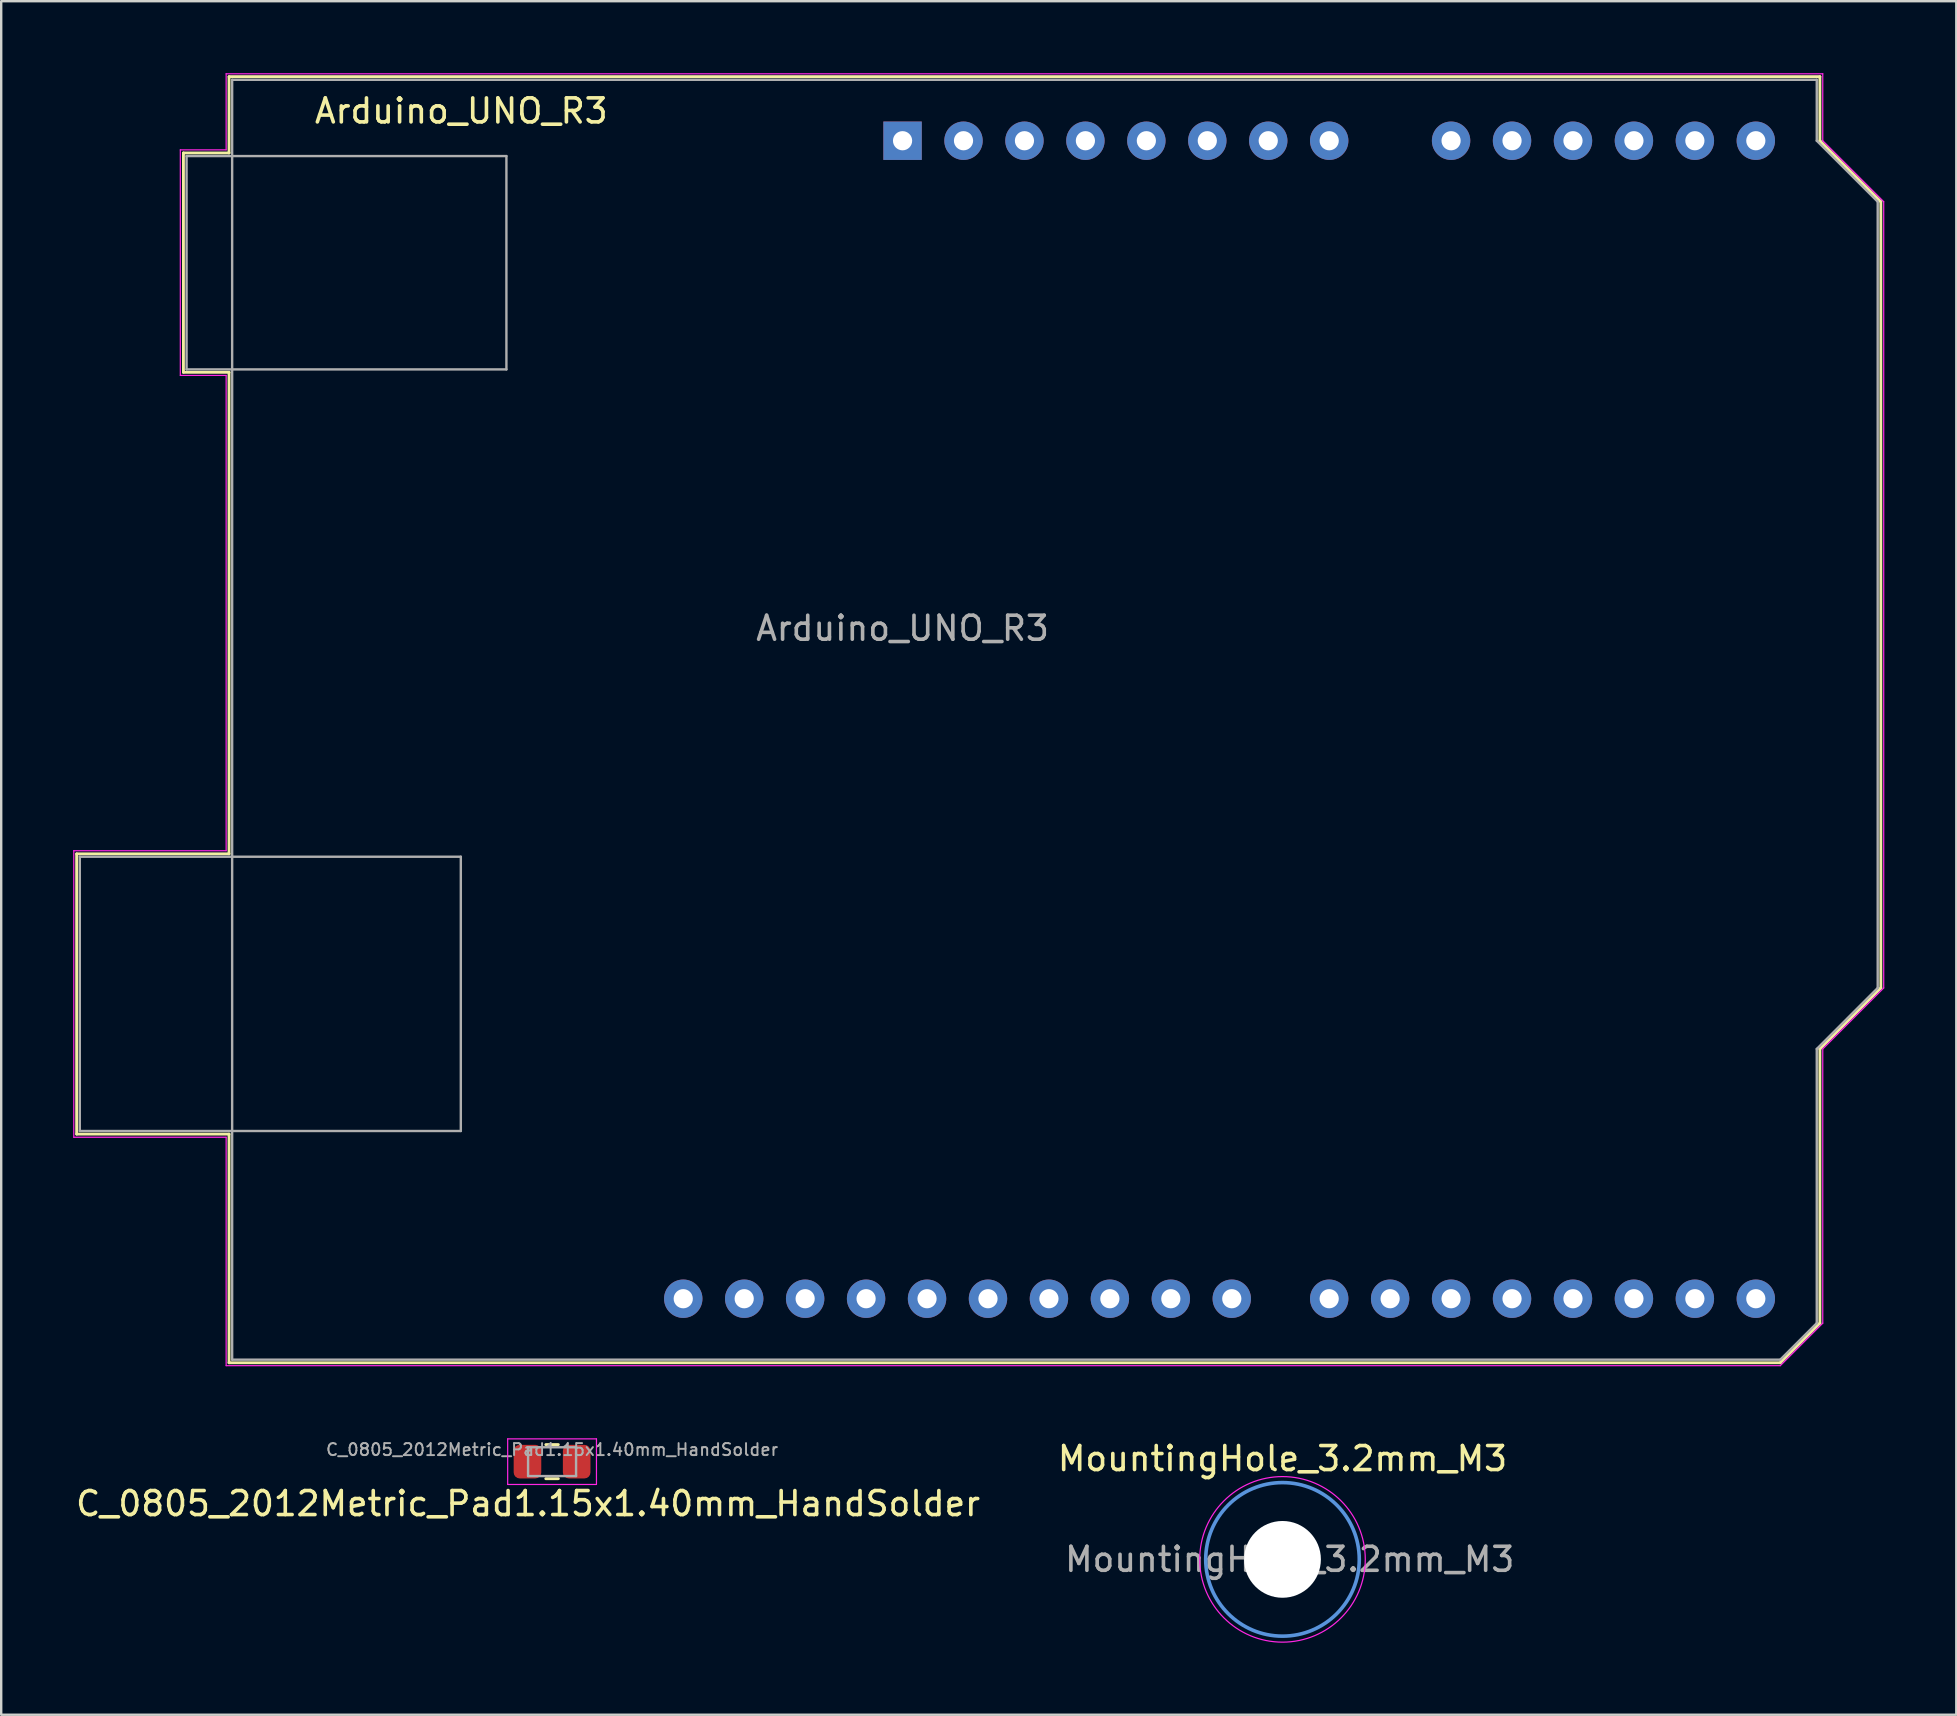
<source format=kicad_pcb>
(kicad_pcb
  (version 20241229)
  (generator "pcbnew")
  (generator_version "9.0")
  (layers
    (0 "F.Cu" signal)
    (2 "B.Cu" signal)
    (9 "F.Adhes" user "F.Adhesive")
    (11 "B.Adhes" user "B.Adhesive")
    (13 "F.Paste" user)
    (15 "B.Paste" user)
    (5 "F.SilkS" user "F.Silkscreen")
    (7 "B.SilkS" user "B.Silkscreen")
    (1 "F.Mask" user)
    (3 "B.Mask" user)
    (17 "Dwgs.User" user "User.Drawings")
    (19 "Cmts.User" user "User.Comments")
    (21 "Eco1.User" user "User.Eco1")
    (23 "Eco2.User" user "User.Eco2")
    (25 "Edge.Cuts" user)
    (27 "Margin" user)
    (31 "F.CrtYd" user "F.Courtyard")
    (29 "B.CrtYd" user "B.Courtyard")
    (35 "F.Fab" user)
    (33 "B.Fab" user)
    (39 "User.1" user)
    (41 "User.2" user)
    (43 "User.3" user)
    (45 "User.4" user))
  (footprint "C_0805_2012Metric_Pad1.15x1.40mm_HandSolder"
    (layer "F.Cu")
    (at 19.958 57.865)
    (property "Reference" "C_0805_2012Metric_Pad1.15x1.40mm_HandSolder" (at -1 1.75 0) (layer "F.SilkS") (effects (font (size 1 1) (thickness 0.15))))
    (attr smd)
    (fp_line (start -0.261 -0.71) (end 0.261 -0.71) (stroke (width 0.12) (type solid)) (layer "F.SilkS"))
    (fp_line (start -0.261 0.71) (end 0.261 0.71) (stroke (width 0.12) (type solid)) (layer "F.SilkS"))
    (fp_line (start -1.85 -0.95) (end 1.85 -0.95) (stroke (width 0.05) (type solid)) (layer "F.CrtYd"))
    (fp_line (start -1.85 0.95) (end -1.85 -0.95) (stroke (width 0.05) (type solid)) (layer "F.CrtYd"))
    (fp_line (start 1.85 -0.95) (end 1.85 0.95) (stroke (width 0.05) (type solid)) (layer "F.CrtYd"))
    (fp_line (start 1.85 0.95) (end -1.85 0.95) (stroke (width 0.05) (type solid)) (layer "F.CrtYd"))
    (fp_line (start -1 -0.6) (end 1 -0.6) (stroke (width 0.1) (type solid)) (layer "F.Fab"))
    (fp_line (start -1 0.6) (end -1 -0.6) (stroke (width 0.1) (type solid)) (layer "F.Fab"))
    (fp_line (start 1 -0.6) (end 1 0.6) (stroke (width 0.1) (type solid)) (layer "F.Fab"))
    (fp_line (start 1 0.6) (end -1 0.6) (stroke (width 0.1) (type solid)) (layer "F.Fab"))
    (fp_text user "${REFERENCE}" (at 0 -0.5 0) (layer "F.Fab") (effects (font (size 0.5 0.5) (thickness 0.08))))
    (pad "1" smd roundrect (at -1.025 0) (size 1.15 1.4) (layers "F.Cu" "F.Mask" "F.Paste") (roundrect_rratio 0.217))
    (pad "2" smd roundrect (at 1.025 0) (size 1.15 1.4) (layers "F.Cu" "F.Mask" "F.Paste") (roundrect_rratio 0.217)))
  (footprint "Arduino_UNO_R3"
    (layer "F.Cu")
    (at 34.565 2.815)
    (property "Reference" "Arduino_UNO_R3" (at -18.39 -1.24 180) (layer "F.SilkS") (effects (font (size 1 1) (thickness 0.15))))
    (attr through_hole)
    (fp_line (start -34.42 29.72) (end -34.42 41.4) (stroke (width 0.12) (type solid)) (layer "F.SilkS"))
    (fp_line (start -34.42 41.4) (end -28.07 41.4) (stroke (width 0.12) (type solid)) (layer "F.SilkS"))
    (fp_line (start -29.97 0.51) (end -29.97 9.65) (stroke (width 0.12) (type solid)) (layer "F.SilkS"))
    (fp_line (start -29.97 9.65) (end -28.07 9.65) (stroke (width 0.12) (type solid)) (layer "F.SilkS"))
    (fp_line (start -28.07 -2.67) (end -28.07 0.51) (stroke (width 0.12) (type solid)) (layer "F.SilkS"))
    (fp_line (start -28.07 0.51) (end -29.97 0.51) (stroke (width 0.12) (type solid)) (layer "F.SilkS"))
    (fp_line (start -28.07 9.65) (end -28.07 29.72) (stroke (width 0.12) (type solid)) (layer "F.SilkS"))
    (fp_line (start -28.07 29.72) (end -34.42 29.72) (stroke (width 0.12) (type solid)) (layer "F.SilkS"))
    (fp_line (start -28.07 41.4) (end -28.07 50.93) (stroke (width 0.12) (type solid)) (layer "F.SilkS"))
    (fp_line (start -28.07 50.93) (end 36.58 50.93) (stroke (width 0.12) (type solid)) (layer "F.SilkS"))
    (fp_line (start 36.58 50.93) (end 38.23 49.28) (stroke (width 0.12) (type solid)) (layer "F.SilkS"))
    (fp_line (start 38.23 -2.67) (end -28.07 -2.67) (stroke (width 0.12) (type solid)) (layer "F.SilkS"))
    (fp_line (start 38.23 0) (end 38.23 -2.67) (stroke (width 0.12) (type solid)) (layer "F.SilkS"))
    (fp_line (start 38.23 37.85) (end 40.77 35.31) (stroke (width 0.12) (type solid)) (layer "F.SilkS"))
    (fp_line (start 38.23 49.28) (end 38.23 37.85) (stroke (width 0.12) (type solid)) (layer "F.SilkS"))
    (fp_line (start 40.77 2.54) (end 38.23 0) (stroke (width 0.12) (type solid)) (layer "F.SilkS"))
    (fp_line (start 40.77 35.31) (end 40.77 2.54) (stroke (width 0.12) (type solid)) (layer "F.SilkS"))
    (fp_line (start -34.54 29.59) (end -28.19 29.59) (stroke (width 0.05) (type solid)) (layer "F.CrtYd"))
    (fp_line (start -34.54 41.53) (end -34.54 29.59) (stroke (width 0.05) (type solid)) (layer "F.CrtYd"))
    (fp_line (start -30.1 0.38) (end -28.19 0.38) (stroke (width 0.05) (type solid)) (layer "F.CrtYd"))
    (fp_line (start -30.1 9.78) (end -30.1 0.38) (stroke (width 0.05) (type solid)) (layer "F.CrtYd"))
    (fp_line (start -28.19 -2.79) (end 38.35 -2.79) (stroke (width 0.05) (type solid)) (layer "F.CrtYd"))
    (fp_line (start -28.19 0.38) (end -28.19 -2.79) (stroke (width 0.05) (type solid)) (layer "F.CrtYd"))
    (fp_line (start -28.19 9.78) (end -30.1 9.78) (stroke (width 0.05) (type solid)) (layer "F.CrtYd"))
    (fp_line (start -28.19 29.59) (end -28.19 9.78) (stroke (width 0.05) (type solid)) (layer "F.CrtYd"))
    (fp_line (start -28.19 41.53) (end -34.54 41.53) (stroke (width 0.05) (type solid)) (layer "F.CrtYd"))
    (fp_line (start -28.19 51.05) (end -28.19 41.53) (stroke (width 0.05) (type solid)) (layer "F.CrtYd"))
    (fp_line (start 36.58 51.05) (end -28.19 51.05) (stroke (width 0.05) (type solid)) (layer "F.CrtYd"))
    (fp_line (start 38.35 -2.79) (end 38.35 0) (stroke (width 0.05) (type solid)) (layer "F.CrtYd"))
    (fp_line (start 38.35 0) (end 40.89 2.54) (stroke (width 0.05) (type solid)) (layer "F.CrtYd"))
    (fp_line (start 38.35 37.85) (end 38.35 49.28) (stroke (width 0.05) (type solid)) (layer "F.CrtYd"))
    (fp_line (start 38.35 49.28) (end 36.58 51.05) (stroke (width 0.05) (type solid)) (layer "F.CrtYd"))
    (fp_line (start 40.89 2.54) (end 40.89 35.31) (stroke (width 0.05) (type solid)) (layer "F.CrtYd"))
    (fp_line (start 40.89 35.31) (end 38.35 37.85) (stroke (width 0.05) (type solid)) (layer "F.CrtYd"))
    (fp_line (start -34.29 29.84) (end -18.41 29.84) (stroke (width 0.1) (type solid)) (layer "F.Fab"))
    (fp_line (start -34.29 41.27) (end -34.29 29.84) (stroke (width 0.1) (type solid)) (layer "F.Fab"))
    (fp_line (start -29.84 0.64) (end -16.51 0.64) (stroke (width 0.1) (type solid)) (layer "F.Fab"))
    (fp_line (start -29.84 9.53) (end -29.84 0.64) (stroke (width 0.1) (type solid)) (layer "F.Fab"))
    (fp_line (start -27.94 -2.54) (end 38.1 -2.54) (stroke (width 0.1) (type solid)) (layer "F.Fab"))
    (fp_line (start -27.94 50.8) (end -27.94 -2.54) (stroke (width 0.1) (type solid)) (layer "F.Fab"))
    (fp_line (start -18.41 29.84) (end -18.41 41.27) (stroke (width 0.1) (type solid)) (layer "F.Fab"))
    (fp_line (start -18.41 41.27) (end -34.29 41.27) (stroke (width 0.1) (type solid)) (layer "F.Fab"))
    (fp_line (start -16.51 0.64) (end -16.51 9.53) (stroke (width 0.1) (type solid)) (layer "F.Fab"))
    (fp_line (start -16.51 9.53) (end -29.84 9.53) (stroke (width 0.1) (type solid)) (layer "F.Fab"))
    (fp_line (start 36.58 50.8) (end -27.94 50.8) (stroke (width 0.1) (type solid)) (layer "F.Fab"))
    (fp_line (start 38.1 -2.54) (end 38.1 0) (stroke (width 0.1) (type solid)) (layer "F.Fab"))
    (fp_line (start 38.1 0) (end 40.64 2.54) (stroke (width 0.1) (type solid)) (layer "F.Fab"))
    (fp_line (start 38.1 37.85) (end 38.1 49.28) (stroke (width 0.1) (type solid)) (layer "F.Fab"))
    (fp_line (start 38.1 49.28) (end 36.58 50.8) (stroke (width 0.1) (type solid)) (layer "F.Fab"))
    (fp_line (start 40.64 2.54) (end 40.64 35.31) (stroke (width 0.1) (type solid)) (layer "F.Fab"))
    (fp_line (start 40.64 35.31) (end 38.1 37.85) (stroke (width 0.1) (type solid)) (layer "F.Fab"))
    (fp_text user "${REFERENCE}" (at 0 20.32 180) (layer "F.Fab") (effects (font (size 1 1) (thickness 0.15))))
    (pad "1" thru_hole rect (at 0 0 90) (size 1.6 1.6) (drill 0.8) (layers "*.Cu" "*.Mask"))
    (pad "2" thru_hole oval (at 2.54 0 90) (size 1.6 1.6) (drill 0.8) (layers "*.Cu" "*.Mask"))
    (pad "3" thru_hole oval (at 5.08 0 90) (size 1.6 1.6) (drill 0.8) (layers "*.Cu" "*.Mask"))
    (pad "4" thru_hole oval (at 7.62 0 90) (size 1.6 1.6) (drill 0.8) (layers "*.Cu" "*.Mask"))
    (pad "5" thru_hole oval (at 10.16 0 90) (size 1.6 1.6) (drill 0.8) (layers "*.Cu" "*.Mask"))
    (pad "6" thru_hole oval (at 12.7 0 90) (size 1.6 1.6) (drill 0.8) (layers "*.Cu" "*.Mask"))
    (pad "7" thru_hole oval (at 15.24 0 90) (size 1.6 1.6) (drill 0.8) (layers "*.Cu" "*.Mask"))
    (pad "8" thru_hole oval (at 17.78 0 90) (size 1.6 1.6) (drill 0.8) (layers "*.Cu" "*.Mask"))
    (pad "9" thru_hole oval (at 22.86 0 90) (size 1.6 1.6) (drill 0.8) (layers "*.Cu" "*.Mask"))
    (pad "10" thru_hole oval (at 25.4 0 90) (size 1.6 1.6) (drill 0.8) (layers "*.Cu" "*.Mask"))
    (pad "11" thru_hole oval (at 27.94 0 90) (size 1.6 1.6) (drill 0.8) (layers "*.Cu" "*.Mask"))
    (pad "12" thru_hole oval (at 30.48 0 90) (size 1.6 1.6) (drill 0.8) (layers "*.Cu" "*.Mask"))
    (pad "13" thru_hole oval (at 33.02 0 90) (size 1.6 1.6) (drill 0.8) (layers "*.Cu" "*.Mask"))
    (pad "14" thru_hole oval (at 35.56 0 90) (size 1.6 1.6) (drill 0.8) (layers "*.Cu" "*.Mask"))
    (pad "15" thru_hole oval (at 35.56 48.26 90) (size 1.6 1.6) (drill 0.8) (layers "*.Cu" "*.Mask"))
    (pad "16" thru_hole oval (at 33.02 48.26 90) (size 1.6 1.6) (drill 0.8) (layers "*.Cu" "*.Mask"))
    (pad "17" thru_hole oval (at 30.48 48.26 90) (size 1.6 1.6) (drill 0.8) (layers "*.Cu" "*.Mask"))
    (pad "18" thru_hole oval (at 27.94 48.26 90) (size 1.6 1.6) (drill 0.8) (layers "*.Cu" "*.Mask"))
    (pad "19" thru_hole oval (at 25.4 48.26 90) (size 1.6 1.6) (drill 0.8) (layers "*.Cu" "*.Mask"))
    (pad "20" thru_hole oval (at 22.86 48.26 90) (size 1.6 1.6) (drill 0.8) (layers "*.Cu" "*.Mask"))
    (pad "21" thru_hole oval (at 20.32 48.26 90) (size 1.6 1.6) (drill 0.8) (layers "*.Cu" "*.Mask"))
    (pad "22" thru_hole oval (at 17.78 48.26 90) (size 1.6 1.6) (drill 0.8) (layers "*.Cu" "*.Mask"))
    (pad "23" thru_hole oval (at 13.72 48.26 90) (size 1.6 1.6) (drill 0.8) (layers "*.Cu" "*.Mask"))
    (pad "24" thru_hole oval (at 11.18 48.26 90) (size 1.6 1.6) (drill 0.8) (layers "*.Cu" "*.Mask"))
    (pad "25" thru_hole oval (at 8.64 48.26 90) (size 1.6 1.6) (drill 0.8) (layers "*.Cu" "*.Mask"))
    (pad "26" thru_hole oval (at 6.1 48.26 90) (size 1.6 1.6) (drill 0.8) (layers "*.Cu" "*.Mask"))
    (pad "27" thru_hole oval (at 3.56 48.26 90) (size 1.6 1.6) (drill 0.8) (layers "*.Cu" "*.Mask"))
    (pad "28" thru_hole oval (at 1.02 48.26 90) (size 1.6 1.6) (drill 0.8) (layers "*.Cu" "*.Mask"))
    (pad "29" thru_hole oval (at -1.52 48.26 90) (size 1.6 1.6) (drill 0.8) (layers "*.Cu" "*.Mask"))
    (pad "30" thru_hole oval (at -4.06 48.26 90) (size 1.6 1.6) (drill 0.8) (layers "*.Cu" "*.Mask"))
    (pad "31" thru_hole oval (at -6.6 48.26 90) (size 1.6 1.6) (drill 0.8) (layers "*.Cu" "*.Mask"))
    (pad "32" thru_hole oval (at -9.14 48.26 90) (size 1.6 1.6) (drill 0.8) (layers "*.Cu" "*.Mask")))
  (footprint "MountingHole_3.2mm_M3"
    (layer "F.Cu")
    (at 50.399 61.938)
    (property "Reference" "MountingHole_3.2mm_M3" (at 0 -4.2 0) (layer "F.SilkS") (effects (font (size 1 1) (thickness 0.15))))
    (attr exclude_from_pos_files exclude_from_bom)
    (fp_circle (center 0 0) (end 3.2 0) (stroke (width 0.15) (type solid)) (fill no) (layer "Cmts.User"))
    (fp_circle (center 0 0) (end 3.45 0) (stroke (width 0.05) (type solid)) (fill no) (layer "F.CrtYd"))
    (fp_text user "${REFERENCE}" (at 0.3 0 0) (layer "F.Fab") (effects (font (size 1 1) (thickness 0.15))))
    (pad "" np_thru_hole circle (at 0 0) (size 3.2 3.2) (drill 3.2) (layers "*.Cu" "*.Mask")))
  (gr_rect
    (start -3 -3)
    (end 78.48 68.413)
    (stroke (width 0.1) (type default))
    (fill no)
    (layer "Edge.Cuts")))
</source>
